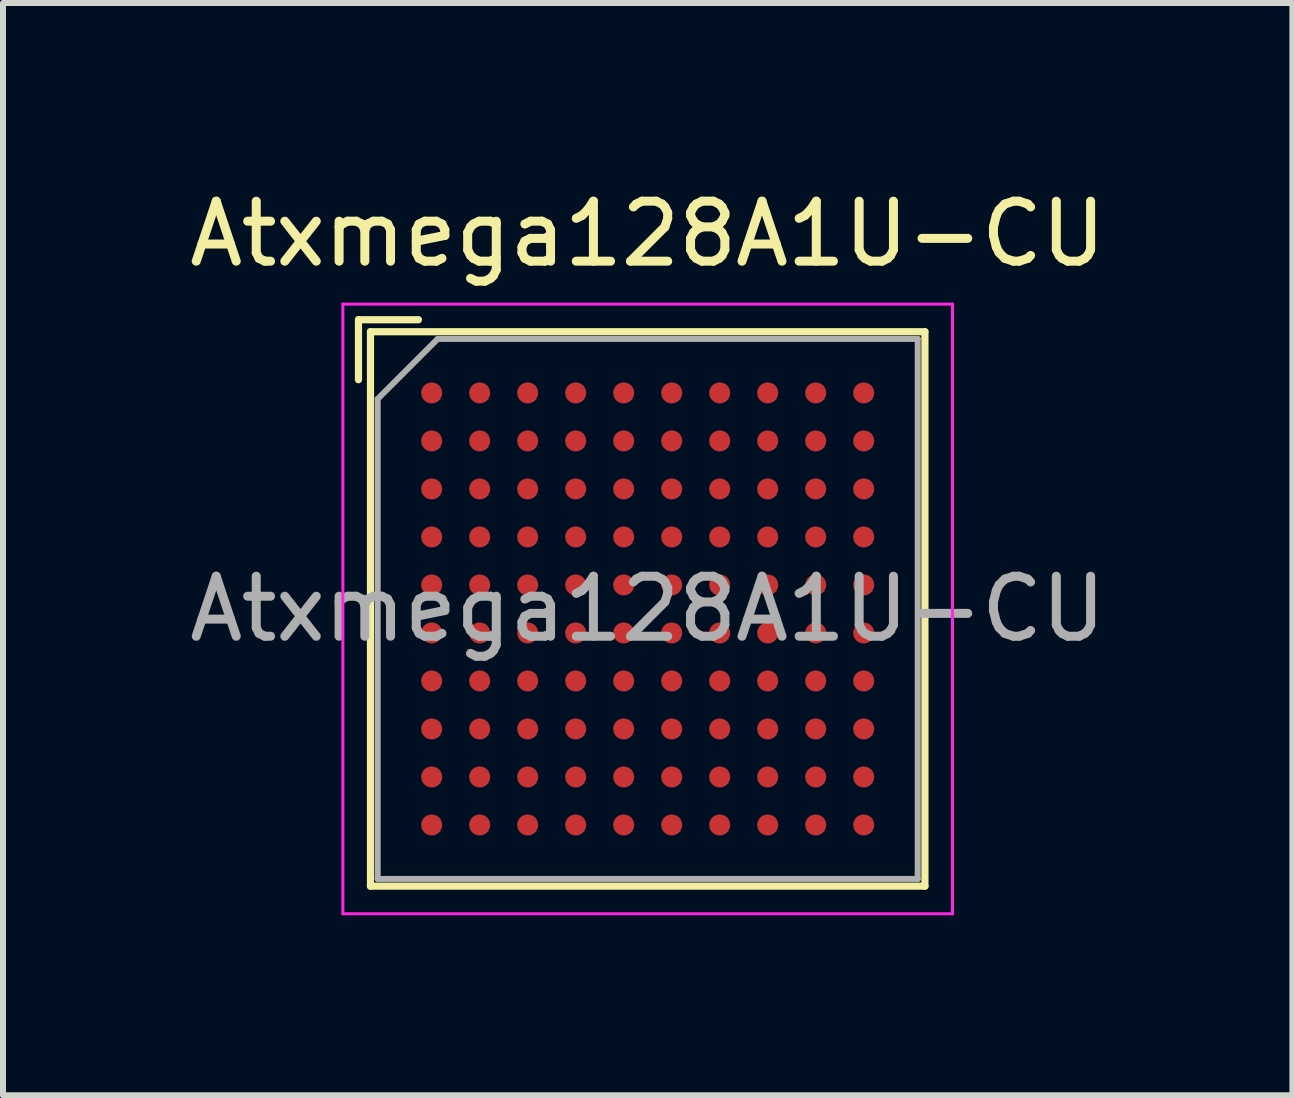
<source format=kicad_pcb>
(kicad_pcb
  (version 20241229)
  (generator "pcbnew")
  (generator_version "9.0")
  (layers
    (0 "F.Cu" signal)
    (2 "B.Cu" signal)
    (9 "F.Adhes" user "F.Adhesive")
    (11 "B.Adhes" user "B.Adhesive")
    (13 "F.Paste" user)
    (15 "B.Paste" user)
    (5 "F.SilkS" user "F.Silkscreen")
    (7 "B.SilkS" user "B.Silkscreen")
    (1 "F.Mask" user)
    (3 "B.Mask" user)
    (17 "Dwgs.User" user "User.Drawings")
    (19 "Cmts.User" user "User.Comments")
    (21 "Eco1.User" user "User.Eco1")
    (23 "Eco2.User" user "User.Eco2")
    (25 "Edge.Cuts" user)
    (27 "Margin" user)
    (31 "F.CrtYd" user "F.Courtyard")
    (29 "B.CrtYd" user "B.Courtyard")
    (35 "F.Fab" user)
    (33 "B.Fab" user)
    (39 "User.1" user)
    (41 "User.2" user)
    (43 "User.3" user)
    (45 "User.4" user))
  (footprint "Atxmega128A1U-CU"
    (layer "F.Cu")
    (at 7.744 7.098)
    (property "Reference" "Atxmega128A1U-CU" (at 0 -6.25 0) (layer "F.SilkS") (effects (font (size 1 1) (thickness 0.15))))
    (attr smd)
    (fp_line (start -4.82 -4.82) (end -3.82 -4.82) (stroke (width 0.12) (type solid)) (layer "F.SilkS"))
    (fp_line (start -4.82 -3.82) (end -4.82 -4.82) (stroke (width 0.12) (type solid)) (layer "F.SilkS"))
    (fp_line (start -4.62 -4.62) (end -4.62 4.62) (stroke (width 0.12) (type solid)) (layer "F.SilkS"))
    (fp_line (start -4.62 4.62) (end 4.62 4.62) (stroke (width 0.12) (type solid)) (layer "F.SilkS"))
    (fp_line (start 4.62 -4.62) (end -4.62 -4.62) (stroke (width 0.12) (type solid)) (layer "F.SilkS"))
    (fp_line (start 4.62 4.62) (end 4.62 -4.62) (stroke (width 0.12) (type solid)) (layer "F.SilkS"))
    (fp_line (start -5.08 -5.08) (end -5.08 5.08) (stroke (width 0.05) (type solid)) (layer "F.CrtYd"))
    (fp_line (start -5.08 -5.08) (end 5.08 -5.08) (stroke (width 0.05) (type solid)) (layer "F.CrtYd"))
    (fp_line (start 5.08 5.08) (end -5.08 5.08) (stroke (width 0.05) (type solid)) (layer "F.CrtYd"))
    (fp_line (start 5.08 5.08) (end 5.08 -5.08) (stroke (width 0.05) (type solid)) (layer "F.CrtYd"))
    (fp_line (start -4.5 -3.5) (end -4.5 4.5) (stroke (width 0.1) (type solid)) (layer "F.Fab"))
    (fp_line (start -4.5 4.5) (end 4.5 4.5) (stroke (width 0.1) (type solid)) (layer "F.Fab"))
    (fp_line (start -3.5 -4.5) (end -4.5 -3.5) (stroke (width 0.1) (type solid)) (layer "F.Fab"))
    (fp_line (start 4.5 -4.5) (end -3.5 -4.5) (stroke (width 0.1) (type solid)) (layer "F.Fab"))
    (fp_line (start 4.5 4.5) (end 4.5 -4.5) (stroke (width 0.1) (type solid)) (layer "F.Fab"))
    (fp_text user "${REFERENCE}" (at 0 0 0) (layer "F.Fab") (effects (font (size 1 1) (thickness 0.15))))
    (pad "A1" smd circle (at -3.6 -3.6) (size 0.35 0.35) (layers "F.Cu" "F.Mask" "F.Paste"))
    (pad "A2" smd circle (at -2.8 -3.6) (size 0.35 0.35) (layers "F.Cu" "F.Mask" "F.Paste"))
    (pad "A3" smd circle (at -2 -3.6) (size 0.35 0.35) (layers "F.Cu" "F.Mask" "F.Paste"))
    (pad "A4" smd circle (at -1.2 -3.6) (size 0.35 0.35) (layers "F.Cu" "F.Mask" "F.Paste"))
    (pad "A5" smd circle (at -0.4 -3.6) (size 0.35 0.35) (layers "F.Cu" "F.Mask" "F.Paste"))
    (pad "A6" smd circle (at 0.4 -3.6) (size 0.35 0.35) (layers "F.Cu" "F.Mask" "F.Paste"))
    (pad "A7" smd circle (at 1.2 -3.6) (size 0.35 0.35) (layers "F.Cu" "F.Mask" "F.Paste"))
    (pad "A8" smd circle (at 2 -3.6) (size 0.35 0.35) (layers "F.Cu" "F.Mask" "F.Paste"))
    (pad "A9" smd circle (at 2.8 -3.6) (size 0.35 0.35) (layers "F.Cu" "F.Mask" "F.Paste"))
    (pad "A10" smd circle (at 3.6 -3.6) (size 0.35 0.35) (layers "F.Cu" "F.Mask" "F.Paste"))
    (pad "B1" smd circle (at -3.6 -2.8) (size 0.35 0.35) (layers "F.Cu" "F.Mask" "F.Paste"))
    (pad "B2" smd circle (at -2.8 -2.8) (size 0.35 0.35) (layers "F.Cu" "F.Mask" "F.Paste"))
    (pad "B3" smd circle (at -2 -2.8) (size 0.35 0.35) (layers "F.Cu" "F.Mask" "F.Paste"))
    (pad "B4" smd circle (at -1.2 -2.8) (size 0.35 0.35) (layers "F.Cu" "F.Mask" "F.Paste"))
    (pad "B5" smd circle (at -0.4 -2.8) (size 0.35 0.35) (layers "F.Cu" "F.Mask" "F.Paste"))
    (pad "B6" smd circle (at 0.4 -2.8) (size 0.35 0.35) (layers "F.Cu" "F.Mask" "F.Paste"))
    (pad "B7" smd circle (at 1.2 -2.8) (size 0.35 0.35) (layers "F.Cu" "F.Mask" "F.Paste"))
    (pad "B8" smd circle (at 2 -2.8) (size 0.35 0.35) (layers "F.Cu" "F.Mask" "F.Paste"))
    (pad "B9" smd circle (at 2.8 -2.8) (size 0.35 0.35) (layers "F.Cu" "F.Mask" "F.Paste"))
    (pad "B10" smd circle (at 3.6 -2.8) (size 0.35 0.35) (layers "F.Cu" "F.Mask" "F.Paste"))
    (pad "C1" smd circle (at -3.6 -2) (size 0.35 0.35) (layers "F.Cu" "F.Mask" "F.Paste"))
    (pad "C2" smd circle (at -2.8 -2) (size 0.35 0.35) (layers "F.Cu" "F.Mask" "F.Paste"))
    (pad "C3" smd circle (at -2 -2) (size 0.35 0.35) (layers "F.Cu" "F.Mask" "F.Paste"))
    (pad "C4" smd circle (at -1.2 -2) (size 0.35 0.35) (layers "F.Cu" "F.Mask" "F.Paste"))
    (pad "C5" smd circle (at -0.4 -2) (size 0.35 0.35) (layers "F.Cu" "F.Mask" "F.Paste"))
    (pad "C6" smd circle (at 0.4 -2) (size 0.35 0.35) (layers "F.Cu" "F.Mask" "F.Paste"))
    (pad "C7" smd circle (at 1.2 -2) (size 0.35 0.35) (layers "F.Cu" "F.Mask" "F.Paste"))
    (pad "C8" smd circle (at 2 -2) (size 0.35 0.35) (layers "F.Cu" "F.Mask" "F.Paste"))
    (pad "C9" smd circle (at 2.8 -2) (size 0.35 0.35) (layers "F.Cu" "F.Mask" "F.Paste"))
    (pad "C10" smd circle (at 3.6 -2) (size 0.35 0.35) (layers "F.Cu" "F.Mask" "F.Paste"))
    (pad "D1" smd circle (at -3.6 -1.2) (size 0.35 0.35) (layers "F.Cu" "F.Mask" "F.Paste"))
    (pad "D2" smd circle (at -2.8 -1.2) (size 0.35 0.35) (layers "F.Cu" "F.Mask" "F.Paste"))
    (pad "D3" smd circle (at -2 -1.2) (size 0.35 0.35) (layers "F.Cu" "F.Mask" "F.Paste"))
    (pad "D4" smd circle (at -1.2 -1.2) (size 0.35 0.35) (layers "F.Cu" "F.Mask" "F.Paste"))
    (pad "D5" smd circle (at -0.4 -1.2) (size 0.35 0.35) (layers "F.Cu" "F.Mask" "F.Paste"))
    (pad "D6" smd circle (at 0.4 -1.2) (size 0.35 0.35) (layers "F.Cu" "F.Mask" "F.Paste"))
    (pad "D7" smd circle (at 1.2 -1.2) (size 0.35 0.35) (layers "F.Cu" "F.Mask" "F.Paste"))
    (pad "D8" smd circle (at 2 -1.2) (size 0.35 0.35) (layers "F.Cu" "F.Mask" "F.Paste"))
    (pad "D9" smd circle (at 2.8 -1.2) (size 0.35 0.35) (layers "F.Cu" "F.Mask" "F.Paste"))
    (pad "D10" smd circle (at 3.6 -1.2) (size 0.35 0.35) (layers "F.Cu" "F.Mask" "F.Paste"))
    (pad "E1" smd circle (at -3.6 -0.4) (size 0.35 0.35) (layers "F.Cu" "F.Mask" "F.Paste"))
    (pad "E2" smd circle (at -2.8 -0.4) (size 0.35 0.35) (layers "F.Cu" "F.Mask" "F.Paste"))
    (pad "E3" smd circle (at -2 -0.4) (size 0.35 0.35) (layers "F.Cu" "F.Mask" "F.Paste"))
    (pad "E4" smd circle (at -1.2 -0.4) (size 0.35 0.35) (layers "F.Cu" "F.Mask" "F.Paste"))
    (pad "E5" smd circle (at -0.4 -0.4) (size 0.35 0.35) (layers "F.Cu" "F.Mask" "F.Paste"))
    (pad "E6" smd circle (at 0.4 -0.4) (size 0.35 0.35) (layers "F.Cu" "F.Mask" "F.Paste"))
    (pad "E7" smd circle (at 1.2 -0.4) (size 0.35 0.35) (layers "F.Cu" "F.Mask" "F.Paste"))
    (pad "E8" smd circle (at 2 -0.4) (size 0.35 0.35) (layers "F.Cu" "F.Mask" "F.Paste"))
    (pad "E9" smd circle (at 2.8 -0.4) (size 0.35 0.35) (layers "F.Cu" "F.Mask" "F.Paste"))
    (pad "E10" smd circle (at 3.6 -0.4) (size 0.35 0.35) (layers "F.Cu" "F.Mask" "F.Paste"))
    (pad "F1" smd circle (at -3.6 0.4) (size 0.35 0.35) (layers "F.Cu" "F.Mask" "F.Paste"))
    (pad "F2" smd circle (at -2.8 0.4) (size 0.35 0.35) (layers "F.Cu" "F.Mask" "F.Paste"))
    (pad "F3" smd circle (at -2 0.4) (size 0.35 0.35) (layers "F.Cu" "F.Mask" "F.Paste"))
    (pad "F4" smd circle (at -1.2 0.4) (size 0.35 0.35) (layers "F.Cu" "F.Mask" "F.Paste"))
    (pad "F5" smd circle (at -0.4 0.4) (size 0.35 0.35) (layers "F.Cu" "F.Mask" "F.Paste"))
    (pad "F6" smd circle (at 0.4 0.4) (size 0.35 0.35) (layers "F.Cu" "F.Mask" "F.Paste"))
    (pad "F7" smd circle (at 1.2 0.4) (size 0.35 0.35) (layers "F.Cu" "F.Mask" "F.Paste"))
    (pad "F8" smd circle (at 2 0.4) (size 0.35 0.35) (layers "F.Cu" "F.Mask" "F.Paste"))
    (pad "F9" smd circle (at 2.8 0.4) (size 0.35 0.35) (layers "F.Cu" "F.Mask" "F.Paste"))
    (pad "F10" smd circle (at 3.6 0.4) (size 0.35 0.35) (layers "F.Cu" "F.Mask" "F.Paste"))
    (pad "G1" smd circle (at -3.6 1.2) (size 0.35 0.35) (layers "F.Cu" "F.Mask" "F.Paste"))
    (pad "G2" smd circle (at -2.8 1.2) (size 0.35 0.35) (layers "F.Cu" "F.Mask" "F.Paste"))
    (pad "G3" smd circle (at -2 1.2) (size 0.35 0.35) (layers "F.Cu" "F.Mask" "F.Paste"))
    (pad "G4" smd circle (at -1.2 1.2) (size 0.35 0.35) (layers "F.Cu" "F.Mask" "F.Paste"))
    (pad "G5" smd circle (at -0.4 1.2) (size 0.35 0.35) (layers "F.Cu" "F.Mask" "F.Paste"))
    (pad "G6" smd circle (at 0.4 1.2) (size 0.35 0.35) (layers "F.Cu" "F.Mask" "F.Paste"))
    (pad "G7" smd circle (at 1.2 1.2) (size 0.35 0.35) (layers "F.Cu" "F.Mask" "F.Paste"))
    (pad "G8" smd circle (at 2 1.2) (size 0.35 0.35) (layers "F.Cu" "F.Mask" "F.Paste"))
    (pad "G9" smd circle (at 2.8 1.2) (size 0.35 0.35) (layers "F.Cu" "F.Mask" "F.Paste"))
    (pad "G10" smd circle (at 3.6 1.2) (size 0.35 0.35) (layers "F.Cu" "F.Mask" "F.Paste"))
    (pad "H1" smd circle (at -3.6 2) (size 0.35 0.35) (layers "F.Cu" "F.Mask" "F.Paste"))
    (pad "H2" smd circle (at -2.8 2) (size 0.35 0.35) (layers "F.Cu" "F.Mask" "F.Paste"))
    (pad "H3" smd circle (at -2 2) (size 0.35 0.35) (layers "F.Cu" "F.Mask" "F.Paste"))
    (pad "H4" smd circle (at -1.2 2) (size 0.35 0.35) (layers "F.Cu" "F.Mask" "F.Paste"))
    (pad "H5" smd circle (at -0.4 2) (size 0.35 0.35) (layers "F.Cu" "F.Mask" "F.Paste"))
    (pad "H6" smd circle (at 0.4 2) (size 0.35 0.35) (layers "F.Cu" "F.Mask" "F.Paste"))
    (pad "H7" smd circle (at 1.2 2) (size 0.35 0.35) (layers "F.Cu" "F.Mask" "F.Paste"))
    (pad "H8" smd circle (at 2 2) (size 0.35 0.35) (layers "F.Cu" "F.Mask" "F.Paste"))
    (pad "H9" smd circle (at 2.8 2) (size 0.35 0.35) (layers "F.Cu" "F.Mask" "F.Paste"))
    (pad "H10" smd circle (at 3.6 2) (size 0.35 0.35) (layers "F.Cu" "F.Mask" "F.Paste"))
    (pad "J1" smd circle (at -3.6 2.8) (size 0.35 0.35) (layers "F.Cu" "F.Mask" "F.Paste"))
    (pad "J2" smd circle (at -2.8 2.8) (size 0.35 0.35) (layers "F.Cu" "F.Mask" "F.Paste"))
    (pad "J3" smd circle (at -2 2.8) (size 0.35 0.35) (layers "F.Cu" "F.Mask" "F.Paste"))
    (pad "J4" smd circle (at -1.2 2.8) (size 0.35 0.35) (layers "F.Cu" "F.Mask" "F.Paste"))
    (pad "J5" smd circle (at -0.4 2.8) (size 0.35 0.35) (layers "F.Cu" "F.Mask" "F.Paste"))
    (pad "J6" smd circle (at 0.4 2.8) (size 0.35 0.35) (layers "F.Cu" "F.Mask" "F.Paste"))
    (pad "J7" smd circle (at 1.2 2.8) (size 0.35 0.35) (layers "F.Cu" "F.Mask" "F.Paste"))
    (pad "J8" smd circle (at 2 2.8) (size 0.35 0.35) (layers "F.Cu" "F.Mask" "F.Paste"))
    (pad "J9" smd circle (at 2.8 2.8) (size 0.35 0.35) (layers "F.Cu" "F.Mask" "F.Paste"))
    (pad "J10" smd circle (at 3.6 2.8) (size 0.35 0.35) (layers "F.Cu" "F.Mask" "F.Paste"))
    (pad "K1" smd circle (at -3.6 3.6) (size 0.35 0.35) (layers "F.Cu" "F.Mask" "F.Paste"))
    (pad "K2" smd circle (at -2.8 3.6) (size 0.35 0.35) (layers "F.Cu" "F.Mask" "F.Paste"))
    (pad "K3" smd circle (at -2 3.6) (size 0.35 0.35) (layers "F.Cu" "F.Mask" "F.Paste"))
    (pad "K4" smd circle (at -1.2 3.6) (size 0.35 0.35) (layers "F.Cu" "F.Mask" "F.Paste"))
    (pad "K5" smd circle (at -0.4 3.6) (size 0.35 0.35) (layers "F.Cu" "F.Mask" "F.Paste"))
    (pad "K6" smd circle (at 0.4 3.6) (size 0.35 0.35) (layers "F.Cu" "F.Mask" "F.Paste"))
    (pad "K7" smd circle (at 1.2 3.6) (size 0.35 0.35) (layers "F.Cu" "F.Mask" "F.Paste"))
    (pad "K8" smd circle (at 2 3.6) (size 0.35 0.35) (layers "F.Cu" "F.Mask" "F.Paste"))
    (pad "K9" smd circle (at 2.8 3.6) (size 0.35 0.35) (layers "F.Cu" "F.Mask" "F.Paste"))
    (pad "K10" smd circle (at 3.6 3.6) (size 0.35 0.35) (layers "F.Cu" "F.Mask" "F.Paste")))
  (gr_rect
    (start -3 -3)
    (end 18.488 15.203)
    (stroke (width 0.1) (type default))
    (fill no)
    (layer "Edge.Cuts")))
</source>
